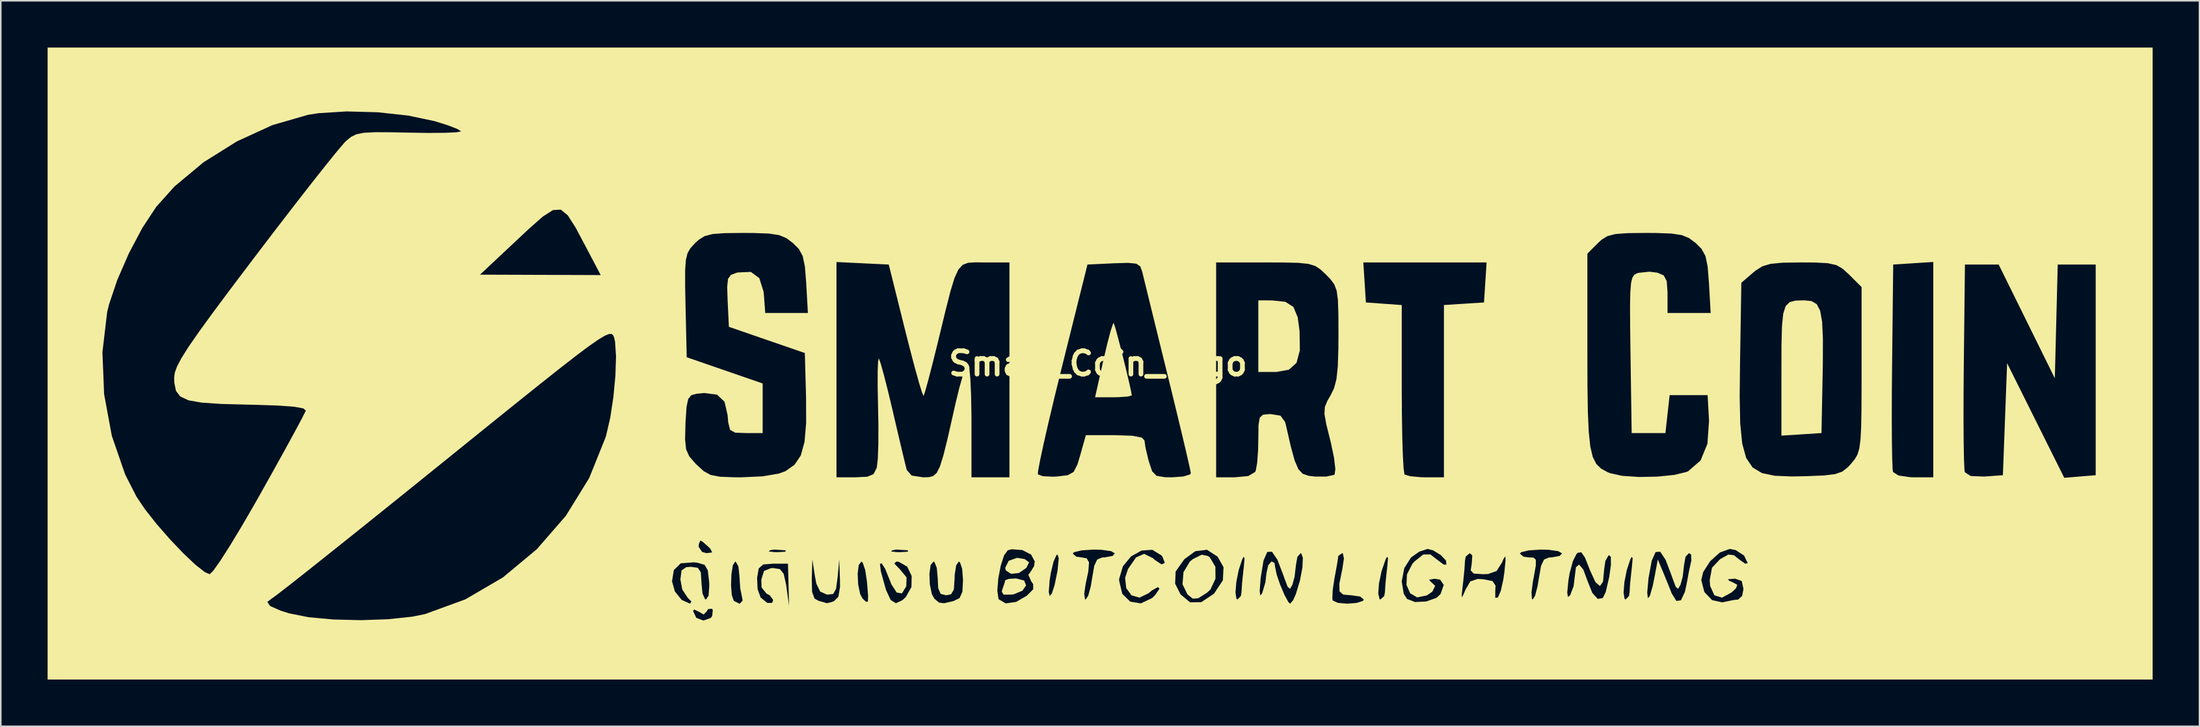
<source format=kicad_pcb>
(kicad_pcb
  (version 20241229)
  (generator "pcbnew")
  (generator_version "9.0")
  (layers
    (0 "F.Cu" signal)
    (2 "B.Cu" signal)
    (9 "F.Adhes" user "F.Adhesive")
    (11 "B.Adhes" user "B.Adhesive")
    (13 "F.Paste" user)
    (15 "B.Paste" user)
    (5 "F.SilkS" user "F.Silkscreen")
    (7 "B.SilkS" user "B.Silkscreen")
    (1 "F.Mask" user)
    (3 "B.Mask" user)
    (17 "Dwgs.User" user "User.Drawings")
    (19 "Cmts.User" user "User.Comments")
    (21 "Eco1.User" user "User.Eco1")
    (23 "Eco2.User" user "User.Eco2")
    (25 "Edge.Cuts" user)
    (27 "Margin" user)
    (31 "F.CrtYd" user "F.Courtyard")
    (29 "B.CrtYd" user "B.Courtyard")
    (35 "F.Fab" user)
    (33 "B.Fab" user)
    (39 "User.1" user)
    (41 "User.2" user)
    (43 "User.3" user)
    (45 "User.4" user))
  (footprint "Smart_Coin_Logo"
    (layer "F.Cu")
    (at 67.283 20.266)
    (property "Reference" "Smart_Coin_Logo" (at 0 0 0) (layer "F.SilkS") (effects (font (size 1.5 1.5) (thickness 0.3))))
    (attr board_only exclude_from_pos_files exclude_from_bom)
    (fp_poly (pts (xy -4.698 12.539) (xy -4.414 12.752) (xy -4.594 13.106) (xy -4.596 13.109) (xy -5.067 13.433) (xy -5.574 13.486) (xy -5.907 13.267) (xy -5.945 13.097) (xy -5.721 12.65) (xy -5.184 12.46)) (stroke (width 0) (type solid)) (fill yes) (layer "F.SilkS"))
    (fp_poly (pts (xy -4.73 13.917) (xy -4.608 14.23) (xy -4.848 14.573) (xy -5.412 14.801) (xy -5.511 14.816) (xy -6.045 14.823) (xy -6.166 14.626) (xy -6.117 14.456) (xy -5.969 14.015) (xy -5.945 13.894) (xy -5.712 13.81) (xy -5.249 13.781)) (stroke (width 0) (type solid)) (fill yes) (layer "F.SilkS"))
    (fp_poly (pts (xy 11.146 -4.049) (xy 11.997 -3.96) (xy 12.514 -3.633) (xy 12.792 -2.962) (xy 12.909 -2.09) (xy 12.928 -0.849) (xy 12.713 -0.043) (xy 12.223 0.397) (xy 11.416 0.54) (xy 11.339 0.54) (xy 10.268 0.54) (xy 10.268 -1.756) (xy 10.268 -4.053)) (stroke (width 0) (type solid)) (fill yes) (layer "F.SilkS"))
    (fp_poly (pts (xy 7.041 12.341) (xy 7.162 12.431) (xy 7.518 13.036) (xy 7.524 13.801) (xy 7.199 14.495) (xy 6.965 14.711) (xy 6.413 15.055) (xy 6.069 15.078) (xy 5.729 14.808) (xy 5.412 14.154) (xy 5.475 13.376) (xy 5.882 12.699) (xy 6.081 12.539) (xy 6.64 12.26)) (stroke (width 0) (type solid)) (fill yes) (layer "F.SilkS"))
    (fp_poly (pts (xy 1.099 -2.321) (xy 1.279 -1.665) (xy 1.508 -0.781) (xy 1.748 0.181) (xy 1.961 1.074) (xy 2.112 1.748) (xy 2.162 2.044) (xy 1.92 2.115) (xy 1.312 2.157) (xy 0.987 2.162) (xy -0.189 2.162) (xy 0.356 -0.27) (xy 0.603 -1.315) (xy 0.815 -2.113) (xy 0.962 -2.551) (xy 1.003 -2.6)) (stroke (width 0) (type solid)) (fill yes) (layer "F.SilkS"))
    (fp_poly (pts (xy 45.708 -4.004) (xy 46.037 -3.808) (xy 46.255 -3.391) (xy 46.381 -2.681) (xy 46.432 -1.604) (xy 46.428 -0.087) (xy 46.417 0.577) (xy 46.341 4.459) (xy 45.058 4.541) (xy 43.774 4.623) (xy 43.774 0.449) (xy 43.779 -1.204) (xy 43.809 -2.393) (xy 43.889 -3.194) (xy 44.045 -3.685) (xy 44.301 -3.94) (xy 44.683 -4.038) (xy 45.215 -4.053) (xy 45.25 -4.053)) (stroke (width 0) (type solid)) (fill yes) (layer "F.SilkS"))
    (fp_poly (pts (xy 67.553 0) (xy 67.553 20.266) (xy 0.135 20.266) (xy -67.283 20.266) (xy -67.283 15.287) (xy -53.209 15.287) (xy -53.033 15.55) (xy -52.347 15.852) (xy -51.813 16.021) (xy -50.568 16.269) (xy -48.975 16.415) (xy -47.215 16.458) (xy -45.471 16.398) (xy -43.926 16.234) (xy -43.113 16.07) (xy -42.55 15.864) (xy -25.94 15.864) (xy -25.732 16.309) (xy -25.273 16.482) (xy -24.812 16.316) (xy -24.713 16.195) (xy -24.676 15.805) (xy -24.734 15.722) (xy -24.981 15.75) (xy -25.058 15.886) (xy -25.257 16.095) (xy -25.561 15.921) (xy -25.872 15.774) (xy -25.94 15.864) (xy -42.55 15.864) (xy -40.527 15.125) (xy -38.541 13.964) (xy -27.287 13.964) (xy -27.106 14.613) (xy -26.667 15.16) (xy -26.143 15.394) (xy -26.124 15.394) (xy -26.049 15.259) (xy -26.278 15.026) (xy -26.631 14.492) (xy -26.751 13.852) (xy -26.679 13.271) (xy -26.373 13.058) (xy -26.076 13.038) (xy -25.635 13.099) (xy -25.443 13.387) (xy -25.4 14.053) (xy -25.4 14.085) (xy -25.335 14.749) (xy -25.172 15.11) (xy -25.114 15.132) (xy -24.946 14.887) (xy -24.899 14.239) (xy -24.9 14.213) (xy -23.507 14.213) (xy -23.458 14.853) (xy -23.328 15.222) (xy -22.952 15.406) (xy -22.763 15.204) (xy -22.804 14.975) (xy -22.918 14.414) (xy -22.963 13.731) (xy -21.838 13.731) (xy -21.806 14.467) (xy -21.61 15.005) (xy -21.602 15.014) (xy -21.187 15.351) (xy -20.875 15.35) (xy -20.806 15.161) (xy -21.022 14.868) (xy -21.23 14.757) (xy -21.549 14.364) (xy -21.568 13.856) (xy -21.394 13.302) (xy -20.95 13.122) (xy -20.806 13.118) (xy -20.377 13.184) (xy -20.137 13.478) (xy -19.987 14.141) (xy -19.96 14.328) (xy -19.789 15.537) (xy -19.825 14.186) (xy -19.834 13.829) (xy -18.336 13.829) (xy -18.315 14.647) (xy -18.159 15.07) (xy -17.902 15.216) (xy -17.479 15.335) (xy -17.383 15.371) (xy -17.132 15.317) (xy -16.91 15.238) (xy -16.631 14.956) (xy -16.526 14.321) (xy -16.53 13.819) (xy -16.543 13.489) (xy -15.396 13.489) (xy -15.363 14.173) (xy -15.237 14.783) (xy -15.082 15.073) (xy -14.848 15.287) (xy -14.738 15.257) (xy -14.728 14.887) (xy -14.793 14.083) (xy -14.801 13.984) (xy -14.914 13.235) (xy -15.047 12.848) (xy -13.97 12.848) (xy -13.913 13.315) (xy -13.898 13.376) (xy -13.582 14.515) (xy -13.281 15.165) (xy -12.949 15.372) (xy -12.54 15.183) (xy -12.314 14.978) (xy -11.951 14.333) (xy -11.936 13.624) (xy -12.001 13.489) (xy -10.8 13.489) (xy -10.772 14.175) (xy -10.643 14.787) (xy -10.484 15.078) (xy -10.186 15.331) (xy -9.863 15.373) (xy -9.27 15.236) (xy -9.255 15.232) (xy -8.867 15.041) (xy -8.689 14.637) (xy -8.684 14.564) (xy -6.45 14.564) (xy -6.377 15.084) (xy -6.358 15.119) (xy -5.915 15.382) (xy -5.249 15.288) (xy -4.565 14.893) (xy -4.32 14.647) (xy -3.155 14.647) (xy -3.096 14.909) (xy -2.961 14.754) (xy -2.787 14.23) (xy -2.613 13.389) (xy -2.589 13.24) (xy -2.516 12.501) (xy -2.591 12.249) (xy -2.666 12.295) (xy -2.85 12.705) (xy -3.027 13.446) (xy -3.1 13.916) (xy -3.155 14.647) (xy -4.32 14.647) (xy -4.153 14.478) (xy -4.154 14.146) (xy -4.278 13.971) (xy -4.463 13.547) (xy -4.337 13.384) (xy -4.097 12.995) (xy -4.053 12.689) (xy -4.287 12.251) (xy -4.414 12.186) (xy -1.621 12.186) (xy -1.395 12.384) (xy -1.081 12.43) (xy -0.724 12.491) (xy -0.577 12.752) (xy -0.62 13.323) (xy -0.789 14.119) (xy -0.886 14.766) (xy -0.833 15.112) (xy -0.791 15.132) (xy -0.627 14.89) (xy -0.461 14.27) (xy -0.403 13.922) (xy 1.351 13.922) (xy 1.552 14.765) (xy 2.062 15.27) (xy 2.744 15.381) (xy 3.462 15.042) (xy 3.648 14.862) (xy 3.935 14.446) (xy 3.842 14.334) (xy 3.452 14.551) (xy 3.235 14.733) (xy 2.654 15.012) (xy 2.145 14.865) (xy 1.807 14.405) (xy 1.775 14.115) (xy 4.938 14.115) (xy 5.284 14.802) (xy 5.893 15.312) (xy 6.611 15.306) (xy 7.398 14.783) (xy 7.443 14.739) (xy 7.479 14.685) (xy 8.804 14.685) (xy 8.866 15.086) (xy 8.934 15.132) (xy 9.15 14.909) (xy 9.19 14.659) (xy 9.195 14.587) (xy 10.354 14.587) (xy 10.393 14.882) (xy 10.516 14.727) (xy 10.72 14.033) (xy 10.79 13.443) (xy 10.9 12.94) (xy 11.114 12.692) (xy 11.302 12.783) (xy 11.349 13.072) (xy 11.442 13.531) (xy 11.666 14.185) (xy 11.944 14.839) (xy 12.194 15.299) (xy 12.305 15.402) (xy 12.493 15.182) (xy 12.536 15.086) (xy 15.011 15.086) (xy 15.037 15.197) (xy 15.365 15.349) (xy 15.947 15.399) (xy 16.555 15.355) (xy 16.964 15.225) (xy 17.023 15.132) (xy 16.789 14.942) (xy 16.223 14.862) (xy 16.213 14.862) (xy 15.708 14.818) (xy 15.624 14.746) (xy 17.949 14.746) (xy 18.033 15.106) (xy 18.092 15.132) (xy 18.333 14.909) (xy 18.377 14.659) (xy 18.413 14.09) (xy 18.425 13.972) (xy 19.454 13.972) (xy 19.58 14.76) (xy 19.793 15.096) (xy 20.307 15.295) (xy 21.022 15.26) (xy 21.674 15.028) (xy 21.885 14.837) (xy 23.295 14.837) (xy 23.317 14.995) (xy 23.456 14.702) (xy 23.534 14.509) (xy 23.842 13.975) (xy 24.314 13.816) (xy 24.684 13.833) (xy 25.271 13.952) (xy 25.463 14.243) (xy 25.444 14.591) (xy 25.447 15.032) (xy 25.615 14.997) (xy 25.796 14.586) (xy 25.963 13.844) (xy 26.029 13.376) (xy 26.103 12.626) (xy 26.091 12.36) (xy 25.978 12.523) (xy 25.873 12.768) (xy 25.533 13.304) (xy 24.985 13.498) (xy 24.667 13.511) (xy 24.067 13.47) (xy 23.872 13.267) (xy 23.938 12.835) (xy 23.973 12.304) (xy 23.837 12.186) (xy 27.021 12.186) (xy 27.248 12.384) (xy 27.562 12.43) (xy 27.891 12.446) (xy 28.043 12.581) (xy 28.041 12.96) (xy 27.909 13.711) (xy 27.856 13.984) (xy 27.765 14.678) (xy 27.793 15.086) (xy 27.843 15.132) (xy 27.995 14.89) (xy 28.048 14.686) (xy 30.055 14.686) (xy 30.1 14.973) (xy 30.24 14.862) (xy 30.461 14.288) (xy 30.53 13.729) (xy 30.613 13.061) (xy 30.815 12.892) (xy 31.085 13.211) (xy 31.346 13.921) (xy 31.66 14.709) (xy 32.011 15.096) (xy 32.333 15.038) (xy 32.506 14.685) (xy 33.664 14.685) (xy 33.726 15.086) (xy 33.794 15.132) (xy 34.01 14.909) (xy 34.047 14.676) (xy 35.179 14.676) (xy 35.217 15.053) (xy 35.343 14.915) (xy 35.53 14.265) (xy 35.635 13.751) (xy 35.857 12.565) (xy 36.168 13.308) (xy 36.504 14.128) (xy 36.748 14.743) (xy 37.047 15.225) (xy 37.337 15.187) (xy 37.59 14.649) (xy 37.708 14.109) (xy 37.749 13.884) (xy 38.64 13.884) (xy 38.837 14.65) (xy 39.332 15.172) (xy 39.983 15.315) (xy 40.099 15.292) (xy 40.717 15.164) (xy 41.005 15.136) (xy 41.259 14.902) (xy 41.343 14.456) (xy 41.231 13.943) (xy 40.81 13.799) (xy 40.735 13.8) (xy 40.337 13.836) (xy 40.448 13.942) (xy 40.617 14.012) (xy 40.944 14.184) (xy 40.873 14.404) (xy 40.589 14.675) (xy 39.965 15.015) (xy 39.478 14.862) (xy 39.209 14.263) (xy 39.181 13.893) (xy 39.328 13.094) (xy 39.844 12.548) (xy 39.863 12.536) (xy 40.379 12.249) (xy 40.734 12.294) (xy 41.079 12.571) (xy 41.464 12.84) (xy 41.613 12.796) (xy 41.383 12.315) (xy 40.847 11.963) (xy 40.466 11.889) (xy 39.838 12.116) (xy 39.215 12.671) (xy 38.764 13.371) (xy 38.64 13.884) (xy 37.749 13.884) (xy 37.855 13.311) (xy 37.993 12.685) (xy 38.007 12.632) (xy 37.987 12.24) (xy 37.848 12.16) (xy 37.633 12.393) (xy 37.541 12.903) (xy 37.449 13.676) (xy 37.312 14.182) (xy 37.159 14.447) (xy 37.004 14.316) (xy 36.784 13.729) (xy 36.756 13.641) (xy 36.356 12.586) (xy 36.01 12.068) (xy 35.714 12.089) (xy 35.467 12.647) (xy 35.265 13.744) (xy 35.26 13.781) (xy 35.179 14.676) (xy 34.047 14.676) (xy 34.05 14.659) (xy 34.085 14.09) (xy 34.17 13.284) (xy 34.192 13.105) (xy 34.247 12.493) (xy 34.186 12.392) (xy 34.094 12.565) (xy 33.869 13.249) (xy 33.718 14.014) (xy 33.664 14.685) (xy 32.506 14.685) (xy 32.519 14.659) (xy 32.743 13.696) (xy 32.855 12.9) (xy 32.847 12.391) (xy 32.713 12.284) (xy 32.497 12.662) (xy 32.421 13.189) (xy 32.347 13.989) (xy 32.152 14.268) (xy 31.865 14.026) (xy 31.513 13.26) (xy 31.497 13.216) (xy 31.189 12.439) (xy 30.956 12.105) (xy 30.733 12.133) (xy 30.655 12.204) (xy 30.417 12.672) (xy 30.207 13.455) (xy 30.13 13.916) (xy 30.055 14.686) (xy 28.048 14.686) (xy 28.156 14.271) (xy 28.237 13.781) (xy 28.378 12.974) (xy 28.568 12.571) (xy 28.889 12.438) (xy 29.073 12.43) (xy 29.569 12.339) (xy 29.723 12.175) (xy 29.48 12.032) (xy 28.859 11.944) (xy 28.372 11.931) (xy 27.601 11.981) (xy 27.112 12.097) (xy 27.021 12.186) (xy 23.837 12.186) (xy 23.808 12.16) (xy 23.553 12.382) (xy 23.506 12.632) (xy 23.471 13.202) (xy 23.389 14.008) (xy 23.368 14.186) (xy 23.295 14.837) (xy 21.885 14.837) (xy 21.937 14.79) (xy 22.146 14.198) (xy 21.913 13.857) (xy 21.549 13.802) (xy 21.209 13.865) (xy 21.279 13.96) (xy 21.597 14.255) (xy 21.413 14.631) (xy 21.059 14.871) (xy 20.439 14.998) (xy 19.989 14.729) (xy 19.757 14.194) (xy 19.789 13.523) (xy 20.134 12.846) (xy 20.266 12.7) (xy 20.832 12.247) (xy 21.288 12.24) (xy 21.746 12.597) (xy 22.136 12.887) (xy 22.318 12.899) (xy 22.284 12.628) (xy 21.939 12.271) (xy 21.462 11.978) (xy 21.108 11.889) (xy 20.577 12.064) (xy 20.047 12.44) (xy 19.617 13.121) (xy 19.454 13.972) (xy 18.425 13.972) (xy 18.497 13.284) (xy 18.52 13.105) (xy 18.575 12.492) (xy 18.515 12.388) (xy 18.42 12.565) (xy 18.164 13.309) (xy 17.999 14.091) (xy 17.949 14.746) (xy 15.624 14.746) (xy 15.469 14.611) (xy 15.458 14.124) (xy 15.635 13.239) (xy 15.65 13.173) (xy 15.751 12.5) (xy 15.682 12.172) (xy 15.644 12.16) (xy 15.395 12.332) (xy 15.39 12.362) (xy 15.336 12.73) (xy 15.212 13.424) (xy 15.145 13.779) (xy 15.029 14.549) (xy 15.011 15.086) (xy 12.536 15.086) (xy 12.669 14.794) (xy 12.933 13.924) (xy 13.09 13.096) (xy 13.122 12.459) (xy 13.011 12.165) (xy 12.982 12.16) (xy 12.771 12.393) (xy 12.681 12.903) (xy 12.589 13.676) (xy 12.453 14.182) (xy 12.3 14.447) (xy 12.144 14.316) (xy 11.924 13.729) (xy 11.896 13.641) (xy 11.492 12.584) (xy 11.139 12.065) (xy 10.841 12.083) (xy 10.6 12.638) (xy 10.421 13.73) (xy 10.416 13.781) (xy 10.354 14.587) (xy 9.195 14.587) (xy 9.226 14.09) (xy 9.31 13.284) (xy 9.332 13.105) (xy 9.388 12.493) (xy 9.326 12.392) (xy 9.235 12.565) (xy 9.009 13.249) (xy 8.859 14.014) (xy 8.804 14.685) (xy 7.479 14.685) (xy 7.997 13.903) (xy 8.039 13.06) (xy 7.659 12.384) (xy 6.979 11.943) (xy 6.229 12.036) (xy 5.527 12.553) (xy 4.972 13.337) (xy 4.938 14.115) (xy 1.775 14.115) (xy 1.735 13.746) (xy 1.917 13.183) (xy 2.436 12.433) (xy 2.955 12.205) (xy 3.52 12.483) (xy 3.641 12.597) (xy 4.076 12.882) (xy 4.279 12.781) (xy 4.123 12.383) (xy 4.059 12.301) (xy 3.474 11.944) (xy 2.782 11.995) (xy 2.111 12.374) (xy 1.592 13.006) (xy 1.354 13.811) (xy 1.351 13.922) (xy -0.403 13.922) (xy -0.38 13.781) (xy -0.242 12.973) (xy -0.055 12.57) (xy 0.264 12.437) (xy 0.44 12.43) (xy 0.931 12.338) (xy 1.081 12.175) (xy 0.838 12.032) (xy 0.217 11.944) (xy -0.27 11.931) (xy -1.041 11.981) (xy -1.53 12.097) (xy -1.621 12.186) (xy -4.414 12.186) (xy -4.846 11.963) (xy -5.521 11.91) (xy -5.781 11.976) (xy -6.02 12.305) (xy -6.235 12.977) (xy -6.39 13.796) (xy -6.45 14.564) (xy -8.684 14.564) (xy -8.647 13.884) (xy -8.702 13.17) (xy -8.841 12.749) (xy -8.917 12.7) (xy -9.086 12.94) (xy -9.18 13.539) (xy -9.187 13.781) (xy -9.233 14.488) (xy -9.416 14.801) (xy -9.728 14.862) (xy -10.081 14.771) (xy -10.237 14.405) (xy -10.268 13.781) (xy -10.328 13.104) (xy -10.478 12.728) (xy -10.538 12.7) (xy -10.724 12.931) (xy -10.8 13.489) (xy -12.001 13.489) (xy -12.223 13.025) (xy -12.765 12.713) (xy -12.919 12.7) (xy -13.047 12.824) (xy -12.709 13.179) (xy -12.696 13.19) (xy -12.265 13.71) (xy -12.283 14.285) (xy -12.558 14.741) (xy -12.895 14.688) (xy -13.243 14.147) (xy -13.357 13.851) (xy -13.635 13.166) (xy -13.858 12.815) (xy -13.97 12.848) (xy -15.047 12.848) (xy -15.072 12.773) (xy -15.159 12.7) (xy -15.331 12.931) (xy -15.396 13.489) (xy -16.543 13.489) (xy -16.577 12.565) (xy -16.682 13.73) (xy -16.782 14.458) (xy -16.964 14.777) (xy -17.314 14.819) (xy -17.378 14.811) (xy -17.799 14.623) (xy -18.042 14.117) (xy -18.133 13.646) (xy -18.298 12.565) (xy -18.336 13.829) (xy -19.834 13.829) (xy -19.861 12.835) (xy -20.806 12.835) (xy -21.448 12.885) (xy -21.732 13.138) (xy -21.838 13.731) (xy -22.963 13.731) (xy -22.968 13.65) (xy -22.968 13.624) (xy -23.037 13.007) (xy -23.208 12.706) (xy -23.238 12.7) (xy -23.39 12.935) (xy -23.482 13.507) (xy -23.507 14.213) (xy -24.9 14.213) (xy -24.912 13.984) (xy -24.997 13.258) (xy -25.199 12.91) (xy -25.652 12.776) (xy -25.912 12.748) (xy -26.732 12.814) (xy -27.171 13.245) (xy -27.287 13.964) (xy -38.541 13.964) (xy -38.117 13.716) (xy -35.947 11.907) (xy -35.815 11.754) (xy -25.58 11.754) (xy -25.357 12.088) (xy -25.065 12.16) (xy -24.717 12.113) (xy -24.747 12.052) (xy -21.093 12.052) (xy -20.72 12.094) (xy -20.536 12.097) (xy -20.045 12.069) (xy -20.03 12.052) (xy -13.257 12.052) (xy -12.883 12.094) (xy -12.7 12.097) (xy -12.208 12.069) (xy -12.15 11.999) (xy -12.227 11.973) (xy -12.912 11.931) (xy -13.173 11.973) (xy -13.257 12.052) (xy -20.03 12.052) (xy -19.987 11.999) (xy -20.063 11.973) (xy -20.749 11.931) (xy -21.009 11.973) (xy -21.093 12.052) (xy -24.747 12.052) (xy -24.826 11.888) (xy -24.956 11.754) (xy -25.328 11.427) (xy -25.471 11.349) (xy -25.568 11.57) (xy -25.58 11.754) (xy -35.815 11.754) (xy -34.084 9.761) (xy -32.593 7.344) (xy -31.593 4.857) (xy -26.451 4.857) (xy -26.387 5.496) (xy -26.183 5.952) (xy -25.792 6.405) (xy -25.704 6.493) (xy -25.252 6.905) (xy -24.811 7.145) (xy -24.22 7.259) (xy -23.315 7.294) (xy -22.84 7.296) (xy -21.488 7.233) (xy -20.446 7.058) (xy -20.02 6.903) (xy -19.438 6.49) (xy -19.04 5.896) (xy -18.801 5.034) (xy -18.696 3.815) (xy -18.702 2.151) (xy -18.702 2.149) (xy -18.78 -0.676) (xy -21.212 -1.515) (xy -23.644 -2.355) (xy -23.724 -4.007) (xy -23.754 -4.919) (xy -23.7 -5.433) (xy -23.512 -5.688) (xy -23.14 -5.824) (xy -23.074 -5.841) (xy -22.238 -5.878) (xy -21.696 -5.478) (xy -21.425 -4.619) (xy -21.399 -4.363) (xy -21.316 -3.243) (xy -19.95 -3.243) (xy -18.584 -3.243) (xy -18.692 -5.167) (xy -18.775 -6.217) (xy -18.836 -6.511) (xy -16.753 -6.511) (xy -16.753 0.392) (xy -16.753 7.296) (xy -15.542 7.296) (xy -14.774 7.258) (xy -14.378 7.09) (xy -14.186 6.711) (xy -14.163 6.623) (xy -14.104 6.093) (xy -14.071 5.159) (xy -14.067 3.955) (xy -14.09 2.719) (xy -14.115 1.491) (xy -14.114 0.51) (xy -14.088 -0.128) (xy -14.038 -0.327) (xy -14.035 -0.324) (xy -13.92 -0.002) (xy -13.714 0.74) (xy -13.447 1.791) (xy -13.148 3.044) (xy -13.134 3.107) (xy -12.833 4.401) (xy -12.566 5.531) (xy -12.364 6.378) (xy -12.253 6.821) (xy -12.253 6.823) (xy -11.936 7.184) (xy -11.208 7.296) (xy -10.841 7.288) (xy -10.559 7.217) (xy -10.331 7.011) (xy -10.124 6.596) (xy -9.907 5.902) (xy -9.647 4.855) (xy -9.313 3.382) (xy -9.146 2.635) (xy -8.877 1.526) (xy -8.624 0.648) (xy -8.422 0.112) (xy -8.332 0) (xy -8.249 0.254) (xy -8.181 0.949) (xy -8.131 1.989) (xy -8.108 3.273) (xy -8.106 3.648) (xy -8.106 7.296) (xy -6.89 7.296) (xy -5.674 7.296) (xy -5.674 7.107) (xy -3.853 7.107) (xy -3.534 7.225) (xy -2.881 7.256) (xy -2.617 7.243) (xy -1.942 7.162) (xy -1.561 6.951) (xy -1.316 6.466) (xy -1.14 5.877) (xy -0.779 4.594) (xy 1.097 4.594) (xy 2.191 4.63) (xy 2.8 4.746) (xy 2.974 4.931) (xy 3.043 5.398) (xy 3.213 6.121) (xy 3.257 6.282) (xy 3.466 6.91) (xy 3.754 7.204) (xy 4.304 7.291) (xy 4.741 7.296) (xy 5.462 7.244) (xy 5.892 7.113) (xy 5.945 7.037) (xy 5.883 6.711) (xy 5.708 5.938) (xy 5.44 4.795) (xy 5.096 3.36) (xy 4.696 1.711) (xy 4.461 0.755) (xy 4.027 -1.005) (xy 3.631 -2.618) (xy 3.292 -3.999) (xy 3.031 -5.065) (xy 2.869 -5.731) (xy 2.831 -5.89) (xy 2.708 -6.228) (xy 2.452 -6.405) (xy 1.927 -6.458) (xy 1.005 -6.43) (xy -0.676 -6.35) (xy -2.325 0.27) (xy -2.77 2.085) (xy -3.16 3.726) (xy -3.479 5.123) (xy -3.71 6.2) (xy -3.838 6.887) (xy -3.853 7.107) (xy -5.674 7.107) (xy -5.674 0.405) (xy -5.674 -6.485) (xy 7.566 -6.485) (xy 7.566 0.405) (xy 7.566 7.296) (xy 8.753 7.296) (xy 9.626 7.215) (xy 10.059 6.956) (xy 10.104 6.868) (xy 10.193 6.375) (xy 10.253 5.549) (xy 10.268 4.842) (xy 10.279 3.952) (xy 10.356 3.474) (xy 10.562 3.281) (xy 10.964 3.243) (xy 11.074 3.243) (xy 11.685 3.342) (xy 11.979 3.741) (xy 12.044 3.986) (xy 12.35 5.323) (xy 12.596 6.222) (xy 12.833 6.774) (xy 13.114 7.07) (xy 13.489 7.2) (xy 13.892 7.247) (xy 14.618 7.249) (xy 15.104 7.145) (xy 15.157 7.108) (xy 15.202 6.756) (xy 15.115 6.031) (xy 14.915 5.077) (xy 14.871 4.902) (xy 14.619 3.885) (xy 14.504 3.233) (xy 14.528 2.787) (xy 14.692 2.389) (xy 14.881 2.068) (xy 15.117 1.59) (xy 15.271 1.004) (xy 15.359 0.189) (xy 15.396 -0.976) (xy 15.401 -1.845) (xy 15.397 -3.172) (xy 15.366 -4.076) (xy 15.286 -4.674) (xy 15.132 -5.083) (xy 14.879 -5.42) (xy 14.612 -5.695) (xy 14.256 -6.033) (xy 13.916 -6.258) (xy 13.477 -6.392) (xy 12.823 -6.459) (xy 11.839 -6.482) (xy 10.694 -6.485) (xy 16.994 -6.485) (xy 17.076 -5.202) (xy 17.159 -3.918) (xy 18.307 -3.835) (xy 19.455 -3.752) (xy 19.455 1.592) (xy 19.464 3.239) (xy 19.488 4.699) (xy 19.525 5.886) (xy 19.573 6.715) (xy 19.627 7.101) (xy 19.635 7.116) (xy 19.995 7.226) (xy 20.684 7.29) (xy 20.987 7.296) (xy 22.157 7.296) (xy 22.157 1.771) (xy 22.157 -0.748) (xy 31.345 -0.748) (xy 31.35 1.419) (xy 31.376 3.11) (xy 31.433 4.393) (xy 31.534 5.331) (xy 31.691 5.991) (xy 31.916 6.438) (xy 32.223 6.738) (xy 32.621 6.956) (xy 32.792 7.028) (xy 33.568 7.201) (xy 34.649 7.274) (xy 35.834 7.252) (xy 36.923 7.141) (xy 37.713 6.946) (xy 37.805 6.903) (xy 38.593 6.219) (xy 39.034 5.148) (xy 39.138 3.671) (xy 39.129 3.487) (xy 39.053 2.146) (xy 41.101 2.146) (xy 41.136 3.852) (xy 41.263 5.134) (xy 41.515 6.052) (xy 41.926 6.663) (xy 42.531 7.026) (xy 43.363 7.199) (xy 44.456 7.241) (xy 45.352 7.224) (xy 46.476 7.179) (xy 47.204 7.094) (xy 47.677 6.929) (xy 48.039 6.642) (xy 48.256 6.402) (xy 48.48 6.126) (xy 48.646 5.836) (xy 48.762 5.453) (xy 48.838 4.895) (xy 48.882 4.082) (xy 48.89 3.619) (xy 50.844 3.619) (xy 50.852 5.027) (xy 50.87 6.105) (xy 50.898 6.774) (xy 50.922 6.953) (xy 51.272 7.18) (xy 52.027 7.29) (xy 52.278 7.296) (xy 53.502 7.296) (xy 53.502 3.623) (xy 55.439 3.623) (xy 55.448 5.034) (xy 55.467 6.115) (xy 55.497 6.788) (xy 55.521 6.968) (xy 55.899 7.214) (xy 56.766 7.247) (xy 56.81 7.244) (xy 57.961 7.161) (xy 58.096 3.568) (xy 58.231 -0.024) (xy 60.061 3.652) (xy 61.892 7.328) (xy 62.899 7.244) (xy 63.905 7.161) (xy 63.905 0.405) (xy 63.905 -6.35) (xy 62.689 -6.35) (xy 61.473 -6.35) (xy 61.38 -2.702) (xy 61.287 0.946) (xy 59.489 -2.702) (xy 57.69 -6.35) (xy 56.61 -6.35) (xy 55.529 -6.35) (xy 55.456 0.13) (xy 55.441 1.962) (xy 55.439 3.623) (xy 53.502 3.623) (xy 53.502 0.391) (xy 53.502 -6.515) (xy 52.219 -6.432) (xy 50.935 -6.35) (xy 50.863 0.13) (xy 50.847 1.96) (xy 50.844 3.619) (xy 48.89 3.619) (xy 48.902 2.932) (xy 48.908 1.364) (xy 48.909 0.369) (xy 48.909 -4.905) (xy 48.119 -5.695) (xy 47.699 -6.081) (xy 47.29 -6.315) (xy 46.744 -6.436) (xy 45.914 -6.48) (xy 45.026 -6.485) (xy 43.861 -6.468) (xy 43.087 -6.396) (xy 42.556 -6.238) (xy 42.121 -5.962) (xy 41.966 -5.834) (xy 41.207 -5.182) (xy 41.124 -0.042) (xy 41.101 2.146) (xy 39.053 2.146) (xy 39.046 2.027) (xy 37.83 2.027) (xy 36.614 2.027) (xy 36.479 3.243) (xy 36.344 4.459) (xy 35.263 4.459) (xy 34.182 4.459) (xy 34.108 -0.588) (xy 34.085 -2.354) (xy 34.078 -3.655) (xy 34.095 -4.565) (xy 34.142 -5.159) (xy 34.227 -5.512) (xy 34.357 -5.698) (xy 34.538 -5.793) (xy 34.601 -5.814) (xy 35.318 -5.891) (xy 35.823 -5.829) (xy 36.234 -5.654) (xy 36.427 -5.295) (xy 36.478 -4.585) (xy 36.479 -4.453) (xy 36.479 -3.243) (xy 37.86 -3.243) (xy 39.242 -3.243) (xy 39.133 -5.167) (xy 39.05 -6.217) (xy 38.911 -6.891) (xy 38.661 -7.351) (xy 38.277 -7.734) (xy 37.857 -8.046) (xy 37.393 -8.238) (xy 36.743 -8.337) (xy 35.766 -8.373) (xy 35.1 -8.377) (xy 33.918 -8.364) (xy 33.139 -8.306) (xy 32.629 -8.174) (xy 32.25 -7.938) (xy 32.008 -7.713) (xy 31.345 -7.05) (xy 31.345 -0.748) (xy 22.157 -0.748) (xy 22.157 -3.753) (xy 23.441 -3.836) (xy 24.724 -3.918) (xy 24.807 -5.202) (xy 24.889 -6.485) (xy 20.941 -6.485) (xy 16.994 -6.485) (xy 10.694 -6.485) (xy 7.566 -6.485) (xy -5.674 -6.485) (xy -7.275 -6.485) (xy -7.872 -6.491) (xy -8.323 -6.462) (xy -8.667 -6.331) (xy -8.942 -6.031) (xy -9.19 -5.493) (xy -9.449 -4.649) (xy -9.759 -3.433) (xy -10.16 -1.775) (xy -10.256 -1.379) (xy -10.57 -0.109) (xy -10.845 0.957) (xy -11.053 1.717) (xy -11.167 2.067) (xy -11.174 2.077) (xy -11.271 1.866) (xy -11.471 1.213) (xy -11.751 0.204) (xy -12.087 -1.077) (xy -12.342 -2.084) (xy -13.404 -6.35) (xy -15.078 -6.43) (xy -16.753 -6.511) (xy -18.836 -6.511) (xy -18.915 -6.891) (xy -19.165 -7.351) (xy -19.549 -7.734) (xy -19.968 -8.046) (xy -20.432 -8.238) (xy -21.083 -8.337) (xy -22.06 -8.373) (xy -22.725 -8.377) (xy -23.907 -8.364) (xy -24.684 -8.307) (xy -25.194 -8.175) (xy -25.574 -7.939) (xy -25.826 -7.705) (xy -26.107 -7.4) (xy -26.293 -7.081) (xy -26.401 -6.639) (xy -26.447 -5.967) (xy -26.447 -4.956) (xy -26.422 -3.719) (xy -26.346 -0.405) (xy -23.914 0.436) (xy -21.482 1.277) (xy -21.482 2.868) (xy -21.482 4.459) (xy -22.563 4.459) (xy -23.242 4.433) (xy -23.566 4.255) (xy -23.689 3.774) (xy -23.727 3.311) (xy -23.922 2.451) (xy -24.403 1.994) (xy -25.241 1.889) (xy -25.71 1.937) (xy -26.05 2.029) (xy -26.25 2.27) (xy -26.358 2.783) (xy -26.418 3.695) (xy -26.426 3.859) (xy -26.451 4.857) (xy -31.593 4.857) (xy -31.538 4.719) (xy -31.509 4.623) (xy -31.245 3.482) (xy -31.042 2.146) (xy -30.914 0.777) (xy -30.874 -0.46) (xy -30.936 -1.4) (xy -30.992 -1.657) (xy -31.052 -1.808) (xy -31.149 -1.896) (xy -31.317 -1.897) (xy -31.592 -1.786) (xy -32.007 -1.537) (xy -32.598 -1.125) (xy -33.4 -0.525) (xy -34.446 0.289) (xy -35.772 1.341) (xy -37.412 2.656) (xy -39.401 4.261) (xy -41.774 6.18) (xy -41.883 6.268) (xy -43.968 7.953) (xy -45.932 9.535) (xy -47.733 10.981) (xy -49.331 12.258) (xy -50.683 13.335) (xy -51.75 14.177) (xy -52.491 14.752) (xy -52.863 15.029) (xy -52.894 15.047) (xy -53.209 15.287) (xy -67.283 15.287) (xy -67.283 0) (xy -67.283 -0.727) (xy -63.772 -0.727) (xy -63.664 1.968) (xy -63.171 4.634) (xy -62.315 7.117) (xy -61.588 8.542) (xy -61.031 9.367) (xy -60.285 10.31) (xy -59.44 11.278) (xy -58.585 12.175) (xy -57.81 12.908) (xy -57.203 13.382) (xy -56.899 13.511) (xy -56.67 13.285) (xy -56.224 12.653) (xy -55.606 11.685) (xy -54.858 10.447) (xy -54.023 9.01) (xy -53.688 8.417) (xy -52.842 6.903) (xy -52.087 5.539) (xy -51.464 4.399) (xy -51.013 3.555) (xy -50.773 3.081) (xy -50.746 3.014) (xy -50.902 2.876) (xy -51.476 2.771) (xy -52.505 2.695) (xy -54.028 2.644) (xy -54.474 2.636) (xy -56.178 2.59) (xy -57.416 2.506) (xy -58.26 2.357) (xy -58.784 2.114) (xy -59.061 1.752) (xy -59.166 1.243) (xy -59.177 0.899) (xy -59.135 0.579) (xy -58.988 0.175) (xy -58.703 -0.362) (xy -58.249 -1.081) (xy -57.592 -2.03) (xy -56.701 -3.258) (xy -55.543 -4.813) (xy -54.873 -5.701) (xy -39.586 -5.701) (xy -35.721 -5.688) (xy -31.856 -5.674) (xy -32.838 -7.544) (xy -33.471 -8.732) (xy -33.964 -9.505) (xy -34.412 -9.872) (xy -34.914 -9.842) (xy -35.565 -9.426) (xy -36.463 -8.632) (xy -37.164 -7.974) (xy -39.586 -5.701) (xy -54.873 -5.701) (xy -54.087 -6.742) (xy -54.015 -6.837) (xy -52.719 -8.539) (xy -51.498 -10.125) (xy -50.399 -11.537) (xy -49.466 -12.718) (xy -48.747 -13.609) (xy -48.285 -14.152) (xy -48.173 -14.269) (xy -47.858 -14.529) (xy -47.515 -14.701) (xy -47.036 -14.799) (xy -46.313 -14.838) (xy -45.238 -14.833) (xy -44.147 -14.809) (xy -42.874 -14.79) (xy -41.824 -14.799) (xy -41.1 -14.832) (xy -40.804 -14.888) (xy -40.802 -14.894) (xy -41.04 -15.047) (xy -41.663 -15.287) (xy -42.491 -15.546) (xy -44.184 -15.904) (xy -46.139 -16.116) (xy -48.132 -16.17) (xy -49.938 -16.056) (xy -50.606 -15.951) (xy -52.878 -15.294) (xy -55.157 -14.25) (xy -57.3 -12.907) (xy -59.162 -11.352) (xy -60.33 -10.045) (xy -61.214 -8.701) (xy -62.078 -7.068) (xy -62.824 -5.355) (xy -63.354 -3.773) (xy -63.47 -3.297) (xy -63.772 -0.727) (xy -67.283 -0.727) (xy -67.283 -20.266) (xy 0.135 -20.266) (xy 67.553 -20.266)) (stroke (width 0) (type solid)) (fill yes) (layer "F.SilkS")))
  (gr_rect
    (start -3 -3)
    (end 137.836 43.532)
    (stroke (width 0.1) (type default))
    (fill no)
    (layer "Edge.Cuts")))
</source>
